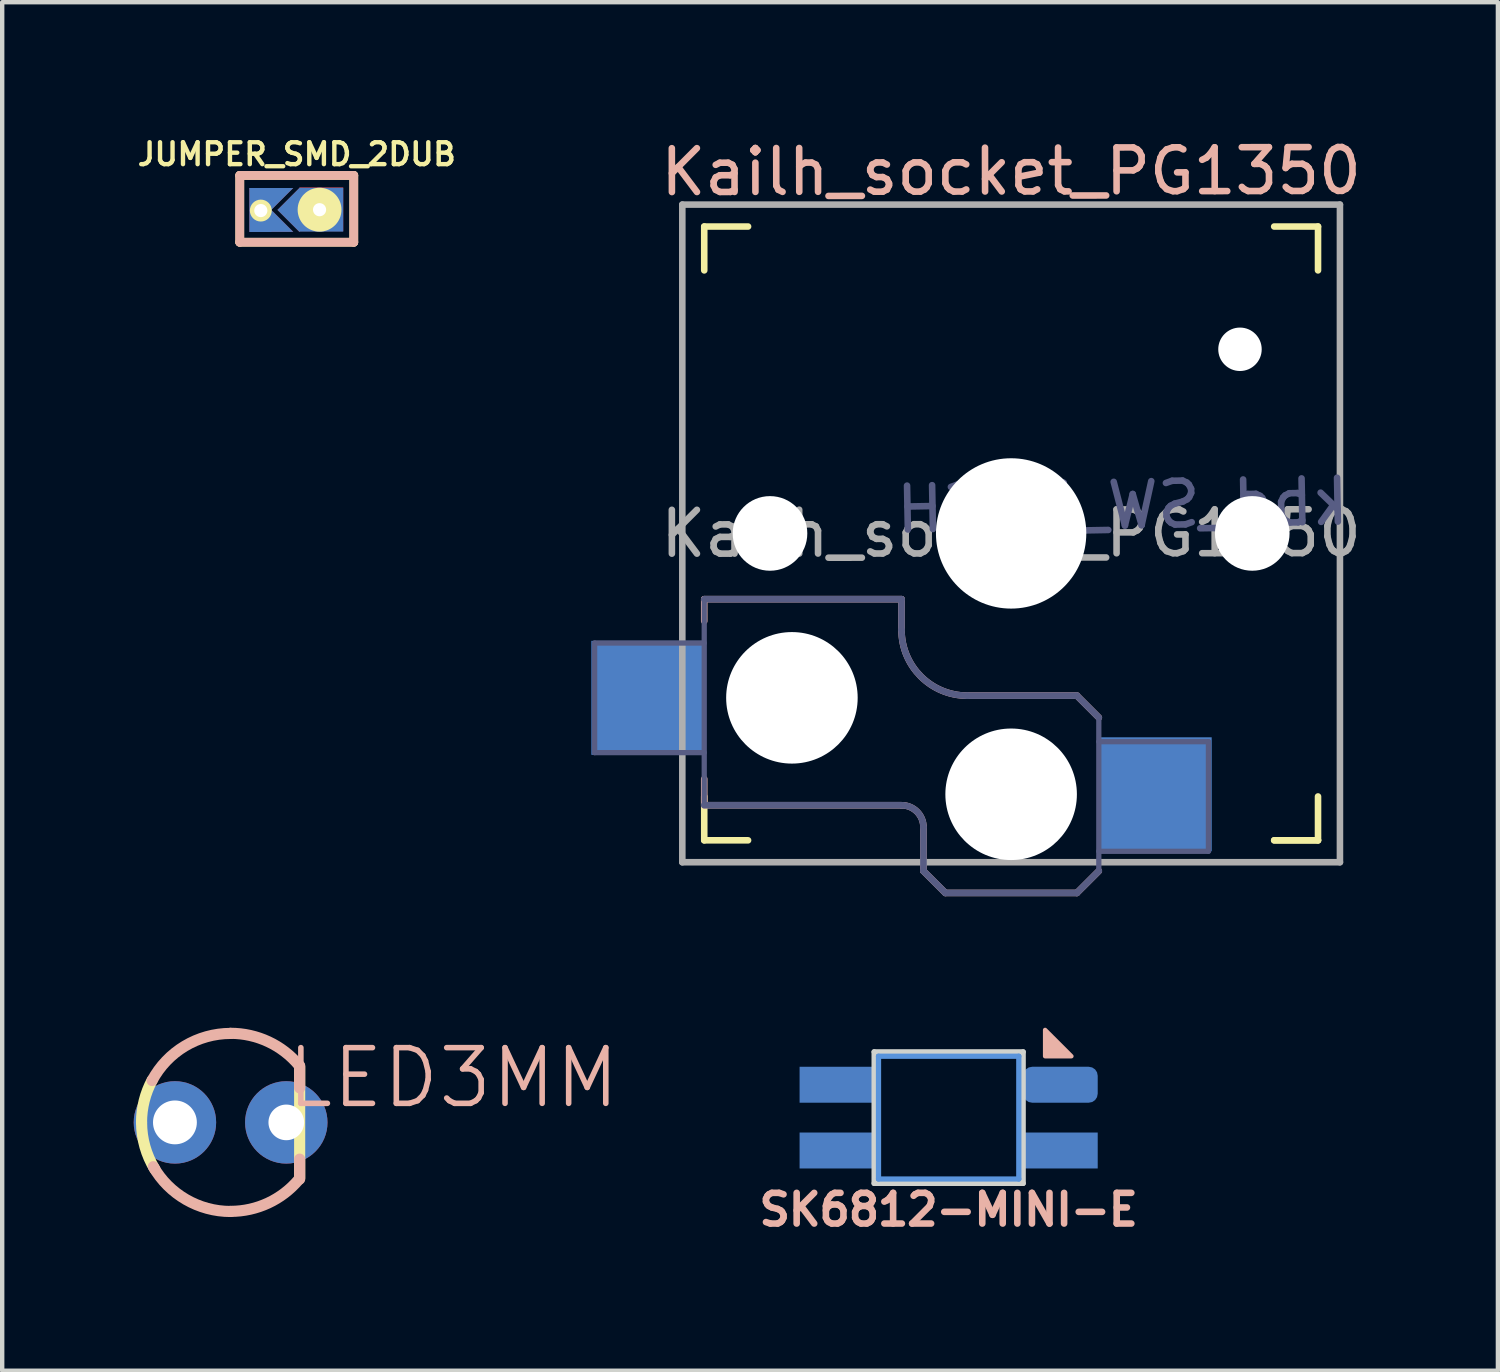
<source format=kicad_pcb>
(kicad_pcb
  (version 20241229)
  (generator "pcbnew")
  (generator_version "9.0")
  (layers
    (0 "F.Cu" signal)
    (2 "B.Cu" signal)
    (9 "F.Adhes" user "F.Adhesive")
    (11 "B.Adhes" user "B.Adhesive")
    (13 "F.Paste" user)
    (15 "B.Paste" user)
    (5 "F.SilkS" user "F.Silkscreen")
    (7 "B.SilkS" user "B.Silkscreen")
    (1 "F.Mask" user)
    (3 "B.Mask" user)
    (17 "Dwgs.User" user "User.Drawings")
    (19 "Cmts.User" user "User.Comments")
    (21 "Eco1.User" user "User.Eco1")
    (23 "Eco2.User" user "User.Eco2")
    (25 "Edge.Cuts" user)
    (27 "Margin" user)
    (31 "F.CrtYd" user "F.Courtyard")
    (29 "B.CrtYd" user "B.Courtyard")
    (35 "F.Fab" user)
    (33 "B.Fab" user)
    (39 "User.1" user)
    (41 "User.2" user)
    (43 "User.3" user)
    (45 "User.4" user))
  (footprint "LED3MM"
    (layer "F.Cu")
    (at 2.21 22.551)
    (property "Reference" "LED3MM" (at 5.08 -1.016 0) (layer "B.SilkS") (effects (font (size 1.27 1.27) (thickness 0.127))))
    (attr exclude_from_pos_files exclude_from_bom)
    (fp_line (start 1.575 1.27) (end 1.575 -1.27) (stroke (width 0.254) (type solid)) (layer "F.SilkS"))
    (fp_arc (start -2.032 0) (mid -1.970347 -0.496745) (end -1.78913 -0.963347) (stroke (width 0.254) (type solid)) (layer "F.SilkS"))
    (fp_arc (start -1.72974 1.06426) (mid -1.954164 0.553076) (end -2.030923 0.0001) (stroke (width 0.254) (type solid)) (layer "F.SilkS"))
    (fp_line (start 1.575 -1.293) (end 1.575 -0.787) (stroke (width 0.254) (type solid)) (layer "B.SilkS"))
    (fp_line (start 1.575 1.293) (end 1.575 0.838) (stroke (width 0.254) (type solid)) (layer "B.SilkS"))
    (fp_arc (start -1.7907 -0.95504) (mid -1.044567 -1.739997) (end -0.000975 -2.02946) (stroke (width 0.254) (type solid)) (layer "B.SilkS"))
    (fp_arc (start 0 -2.032) (mid 0.860367 -1.840867) (end 1.55888 -1.303426) (stroke (width 0.254) (type solid)) (layer "B.SilkS"))
    (fp_arc (start 0 2.032) (mid -1.01907 1.757988) (end -1.763299 1.009851) (stroke (width 0.254) (type solid)) (layer "B.SilkS"))
    (fp_arc (start 1.5494 1.31064) (mid 0.855154 1.840416) (end 0.002552 2.029387) (stroke (width 0.254) (type solid)) (layer "B.SilkS"))
    (pad "A" thru_hole circle (at -1.27 0) (size 1.88 1.88) (drill 1) (layers "*.Cu" "F.Mask" "F.Paste"))
    (pad "K" thru_hole circle (at 1.27 0) (size 1.88 1.88) (drill 0.813) (layers "*.Cu" "F.Mask" "F.Paste")))
  (footprint "JUMPER_SMD_2DUB"
    (layer "F.Cu")
    (at 3.719 1.713)
    (property "Reference" "JUMPER_SMD_2DUB" (at 0 -1.245 0) (layer "F.SilkS") (effects (font (size 0.5 0.5) (thickness 0.1))))
    (attr through_hole)
    (fp_line (start -1.3 -0.762) (end 1.3 -0.762) (stroke (width 0.2) (type solid)) (layer "F.SilkS"))
    (fp_line (start -1.3 0.762) (end -1.3 -0.762) (stroke (width 0.2) (type solid)) (layer "F.SilkS"))
    (fp_line (start 1.3 -0.762) (end 1.3 0.762) (stroke (width 0.2) (type solid)) (layer "F.SilkS"))
    (fp_line (start 1.3 0.762) (end -1.3 0.762) (stroke (width 0.2) (type solid)) (layer "F.SilkS"))
    (fp_line (start -1.3 -0.762) (end 1.3 -0.762) (stroke (width 0.2) (type solid)) (layer "B.SilkS"))
    (fp_line (start -1.3 0.762) (end -1.3 -0.762) (stroke (width 0.2) (type solid)) (layer "B.SilkS"))
    (fp_line (start 1.3 -0.762) (end 1.3 0.762) (stroke (width 0.2) (type solid)) (layer "B.SilkS"))
    (fp_line (start 1.3 0.762) (end -1.3 0.762) (stroke (width 0.2) (type solid)) (layer "B.SilkS"))
    (pad "1" smd rect (at -0.831 0.025 180) (size 0.5 1) (layers "F.Cu" "F.Mask" "F.Paste"))
    (pad "1" smd rect (at -0.831 0.025 180) (size 0.5 1) (layers "B.Cu" "B.Mask" "B.Paste"))
    (pad "1" thru_hole circle (at -0.82 0.04) (size 0.5 0.5) (drill 0.3) (layers "*.Cu" "*.Mask" "F.SilkS"))
    (pad "1" smd trapezoid (at -0.581 -0.225 180) (size 0.5 0.5) (rect_delta 0 0.5) (layers "F.Cu" "F.Mask" "F.Paste"))
    (pad "1" smd trapezoid (at -0.581 -0.225 180) (size 0.5 0.5) (rect_delta 0 0.5) (layers "B.Cu" "B.Mask" "B.Paste"))
    (pad "1" smd trapezoid (at -0.581 0.275) (size 0.5 0.5) (rect_delta 0 0.5) (layers "F.Cu" "F.Mask" "F.Paste"))
    (pad "1" smd trapezoid (at -0.581 0.275) (size 0.5 0.5) (rect_delta 0 0.5) (layers "B.Cu" "B.Mask" "B.Paste"))
    (pad "2" smd rect (at 0.059 0.025 45) (size 0.707 0.707) (layers "F.Cu" "F.Mask" "F.Paste"))
    (pad "2" smd rect (at 0.059 0.025 45) (size 0.707 0.707) (layers "B.Cu" "B.Mask" "B.Paste"))
    (pad "2" thru_hole circle (at 0.52 0.02) (size 1 1) (drill 0.3) (layers "*.Cu" "*.Mask" "F.SilkS"))
    (pad "2" smd rect (at 0.56 0.01) (size 1 1) (layers "F.Cu" "F.Mask" "F.Paste"))
    (pad "2" smd rect (at 0.56 0.02) (size 1 1) (layers "B.Cu" "B.Mask" "B.Paste")))
  (footprint "SK6812-MINI-E"
    (layer "F.Cu")
    (at 18.588 22.442)
    (property "Reference" "SK6812-MINI-E" (at 0 2.1 0) (unlocked yes) (layer "B.SilkS") (effects (font (size 0.7 0.7) (thickness 0.15))))
    (attr through_hole)
    (fp_poly (pts (xy 2.8 -1.4) (xy 2.2 -1.4) (xy 2.2 -2)) (stroke (width 0.1) (type solid)) (fill yes) (layer "B.SilkS"))
    (fp_line (start -1.6 -1.4) (end 1.6 -1.4) (stroke (width 0.12) (type solid)) (layer "Cmts.User"))
    (fp_line (start -1.6 1.4) (end -1.6 -1.4) (stroke (width 0.12) (type solid)) (layer "Cmts.User"))
    (fp_line (start 1.6 -1.4) (end 1.6 1.4) (stroke (width 0.12) (type solid)) (layer "Cmts.User"))
    (fp_line (start 1.6 1.4) (end -1.6 1.4) (stroke (width 0.12) (type solid)) (layer "Cmts.User"))
    (fp_line (start -1.7 -1.5) (end 1.7 -1.5) (stroke (width 0.12) (type solid)) (layer "Edge.Cuts"))
    (fp_line (start -1.7 1.5) (end -1.7 -1.5) (stroke (width 0.12) (type solid)) (layer "Edge.Cuts"))
    (fp_line (start 1.7 -1.5) (end 1.7 1.5) (stroke (width 0.12) (type solid)) (layer "Edge.Cuts"))
    (fp_line (start 1.7 1.5) (end -1.7 1.5) (stroke (width 0.12) (type solid)) (layer "Edge.Cuts"))
    (pad "1" smd rect (at -2.55 0.75) (size 1.7 0.82) (layers "B.Cu" "B.Mask" "B.Paste"))
    (pad "2" smd rect (at -2.55 -0.75) (size 1.7 0.82) (layers "B.Cu" "B.Mask" "B.Paste"))
    (pad "3" smd roundrect (at 2.55 -0.75) (size 1.7 0.82) (layers "B.Cu" "B.Mask" "B.Paste") (roundrect_rratio 0.25))
    (pad "4" smd rect (at 2.55 0.75) (size 1.7 0.82) (layers "B.Cu" "B.Mask" "B.Paste")))
  (footprint "Kailh_socket_PG1350"
    (layer "F.Cu")
    (at 20.013 9.117)
    (property "Reference" "Kailh_socket_PG1350" (at 0 -8.255 180.1) (layer "B.SilkS") (effects (font (size 1 1) (thickness 0.15))))
    (property "Value" "kbd_SW_PUSH" (at 0 8.25 180.05) (layer "F.Fab") (hide yes) (effects (font (size 1 1) (thickness 0.15))))
    (attr smd)
    (fp_line (start -7 -6) (end -7 -7) (stroke (width 0.15) (type solid)) (layer "F.SilkS"))
    (fp_line (start -7 7) (end -7 6) (stroke (width 0.15) (type solid)) (layer "F.SilkS"))
    (fp_line (start -7 7) (end -6 7) (stroke (width 0.15) (type solid)) (layer "F.SilkS"))
    (fp_line (start -6 -7) (end -7 -7) (stroke (width 0.15) (type solid)) (layer "F.SilkS"))
    (fp_line (start 6 7) (end 7 7) (stroke (width 0.15) (type solid)) (layer "F.SilkS"))
    (fp_line (start 7 -7) (end 6 -7) (stroke (width 0.15) (type solid)) (layer "F.SilkS"))
    (fp_line (start 7 -7) (end 7 -6) (stroke (width 0.15) (type solid)) (layer "F.SilkS"))
    (fp_line (start 7 6) (end 7 7) (stroke (width 0.15) (type solid)) (layer "F.SilkS"))
    (fp_line (start 7 7) (end 6 7) (stroke (width 0.15) (type solid)) (layer "F.SilkS"))
    (fp_line (start -7 1.5) (end -7 2) (stroke (width 0.15) (type solid)) (layer "B.SilkS"))
    (fp_line (start -7 5.6) (end -7 6.2) (stroke (width 0.15) (type solid)) (layer "B.SilkS"))
    (fp_line (start -7 6.2) (end -2.5 6.2) (stroke (width 0.15) (type solid)) (layer "B.SilkS"))
    (fp_line (start -2.5 1.5) (end -7 1.5) (stroke (width 0.15) (type solid)) (layer "B.SilkS"))
    (fp_line (start -2.5 2.2) (end -2.5 1.5) (stroke (width 0.15) (type solid)) (layer "B.SilkS"))
    (fp_line (start -2 6.7) (end -2 7.7) (stroke (width 0.15) (type solid)) (layer "B.SilkS"))
    (fp_line (start -1.5 8.2) (end -2 7.7) (stroke (width 0.15) (type solid)) (layer "B.SilkS"))
    (fp_line (start 1.5 3.7) (end -1 3.7) (stroke (width 0.15) (type solid)) (layer "B.SilkS"))
    (fp_line (start 1.5 8.2) (end -1.5 8.2) (stroke (width 0.15) (type solid)) (layer "B.SilkS"))
    (fp_line (start 2 4.2) (end 1.5 3.7) (stroke (width 0.15) (type solid)) (layer "B.SilkS"))
    (fp_line (start 2 7.7) (end 1.5 8.2) (stroke (width 0.15) (type solid)) (layer "B.SilkS"))
    (fp_arc (start -2.5 6.2) (mid -2.146447 6.346447) (end -2 6.7) (stroke (width 0.15) (type solid)) (layer "B.SilkS"))
    (fp_arc (start -1 3.7) (mid -2.06066 3.26066) (end -2.5 2.2) (stroke (width 0.15) (type solid)) (layer "B.SilkS"))
    (fp_line (start -6.9 6.9) (end -6.9 -6.9) (stroke (width 0.15) (type solid)) (layer "Eco2.User"))
    (fp_line (start -6.9 6.9) (end 6.9 6.9) (stroke (width 0.15) (type solid)) (layer "Eco2.User"))
    (fp_line (start -2.6 -3.1) (end -2.6 -6.3) (stroke (width 0.15) (type solid)) (layer "Eco2.User"))
    (fp_line (start -2.6 -3.1) (end 2.6 -3.1) (stroke (width 0.15) (type solid)) (layer "Eco2.User"))
    (fp_line (start 2.6 -6.3) (end -2.6 -6.3) (stroke (width 0.15) (type solid)) (layer "Eco2.User"))
    (fp_line (start 2.6 -3.1) (end 2.6 -6.3) (stroke (width 0.15) (type solid)) (layer "Eco2.User"))
    (fp_line (start 6.9 -6.9) (end -6.9 -6.9) (stroke (width 0.15) (type solid)) (layer "Eco2.User"))
    (fp_line (start 6.9 -6.9) (end 6.9 6.9) (stroke (width 0.15) (type solid)) (layer "Eco2.User"))
    (fp_line (start -9.5 2.5) (end -7 2.5) (stroke (width 0.12) (type solid)) (layer "B.Fab"))
    (fp_line (start -9.5 5) (end -9.5 2.5) (stroke (width 0.12) (type solid)) (layer "B.Fab"))
    (fp_line (start -7 1.5) (end -7 6.2) (stroke (width 0.12) (type solid)) (layer "B.Fab"))
    (fp_line (start -7 5) (end -9.5 5) (stroke (width 0.12) (type solid)) (layer "B.Fab"))
    (fp_line (start -7 6.2) (end -2.5 6.2) (stroke (width 0.15) (type solid)) (layer "B.Fab"))
    (fp_line (start -2.5 1.5) (end -7 1.5) (stroke (width 0.15) (type solid)) (layer "B.Fab"))
    (fp_line (start -2.5 2.2) (end -2.5 1.5) (stroke (width 0.15) (type solid)) (layer "B.Fab"))
    (fp_line (start -2 6.7) (end -2 7.7) (stroke (width 0.15) (type solid)) (layer "B.Fab"))
    (fp_line (start -1.5 8.2) (end -2 7.7) (stroke (width 0.15) (type solid)) (layer "B.Fab"))
    (fp_line (start 1.5 3.7) (end -1 3.7) (stroke (width 0.15) (type solid)) (layer "B.Fab"))
    (fp_line (start 1.5 8.2) (end -1.5 8.2) (stroke (width 0.15) (type solid)) (layer "B.Fab"))
    (fp_line (start 2 4.2) (end 1.5 3.7) (stroke (width 0.15) (type solid)) (layer "B.Fab"))
    (fp_line (start 2 4.25) (end 2 7.7) (stroke (width 0.12) (type solid)) (layer "B.Fab"))
    (fp_line (start 2 4.75) (end 4.5 4.75) (stroke (width 0.12) (type solid)) (layer "B.Fab"))
    (fp_line (start 2 7.7) (end 1.5 8.2) (stroke (width 0.15) (type solid)) (layer "B.Fab"))
    (fp_line (start 4.5 4.75) (end 4.5 7.25) (stroke (width 0.12) (type solid)) (layer "B.Fab"))
    (fp_line (start 4.5 7.25) (end 2 7.25) (stroke (width 0.12) (type solid)) (layer "B.Fab"))
    (fp_arc (start -2.5 6.2) (mid -2.146447 6.346447) (end -2 6.7) (stroke (width 0.15) (type solid)) (layer "B.Fab"))
    (fp_arc (start -1 3.7) (mid -2.06066 3.26066) (end -2.5 2.2) (stroke (width 0.15) (type solid)) (layer "B.Fab"))
    (fp_line (start -7.5 -7.5) (end 7.5 -7.5) (stroke (width 0.15) (type solid)) (layer "F.Fab"))
    (fp_line (start -7.5 7.5) (end -7.5 -7.5) (stroke (width 0.15) (type solid)) (layer "F.Fab"))
    (fp_line (start 7.5 -7.5) (end 7.5 7.5) (stroke (width 0.15) (type solid)) (layer "F.Fab"))
    (fp_line (start 7.5 7.5) (end -7.5 7.5) (stroke (width 0.15) (type solid)) (layer "F.Fab"))
    (fp_text user "${VALUE}" (at 2.54 -0.635 181.05) (layer "B.Fab") (effects (font (size 1 1) (thickness 0.15)) (justify mirror)))
    (fp_text user "${REFERENCE}" (at 0 0 180.05) (layer "F.Fab") (effects (font (size 1 1) (thickness 0.15))))
    (pad "" np_thru_hole circle (at -5.5 0) (size 1.702 1.702) (drill 1.702) (layers "*.Cu" "*.Mask"))
    (pad "" np_thru_hole circle (at -5 3.75) (size 3 3) (drill 3) (layers "*.Cu" "*.Mask"))
    (pad "" np_thru_hole circle (at 0 0) (size 3.429 3.429) (drill 3.429) (layers "*.Cu" "*.Mask"))
    (pad "" np_thru_hole circle (at 0 5.95) (size 3 3) (drill 3) (layers "*.Cu" "*.Mask"))
    (pad "" np_thru_hole circle (at 5.22 -4.2) (size 0.991 0.991) (drill 0.991) (layers "*.Cu" "*.Mask"))
    (pad "" np_thru_hole circle (at 5.5 0) (size 1.702 1.702) (drill 1.702) (layers "*.Cu" "*.Mask"))
    (pad "1" smd rect (at 3.275 5.95) (size 2.6 2.6) (layers "B.Cu" "B.Mask" "B.Paste"))
    (pad "2" smd rect (at -8.275 3.75) (size 2.6 2.6) (layers "B.Cu" "B.Mask" "B.Paste")))
  (gr_rect
    (start -3 -3)
    (end 31.116 28.215)
    (stroke (width 0.1) (type default))
    (fill no)
    (layer "Edge.Cuts")))
</source>
